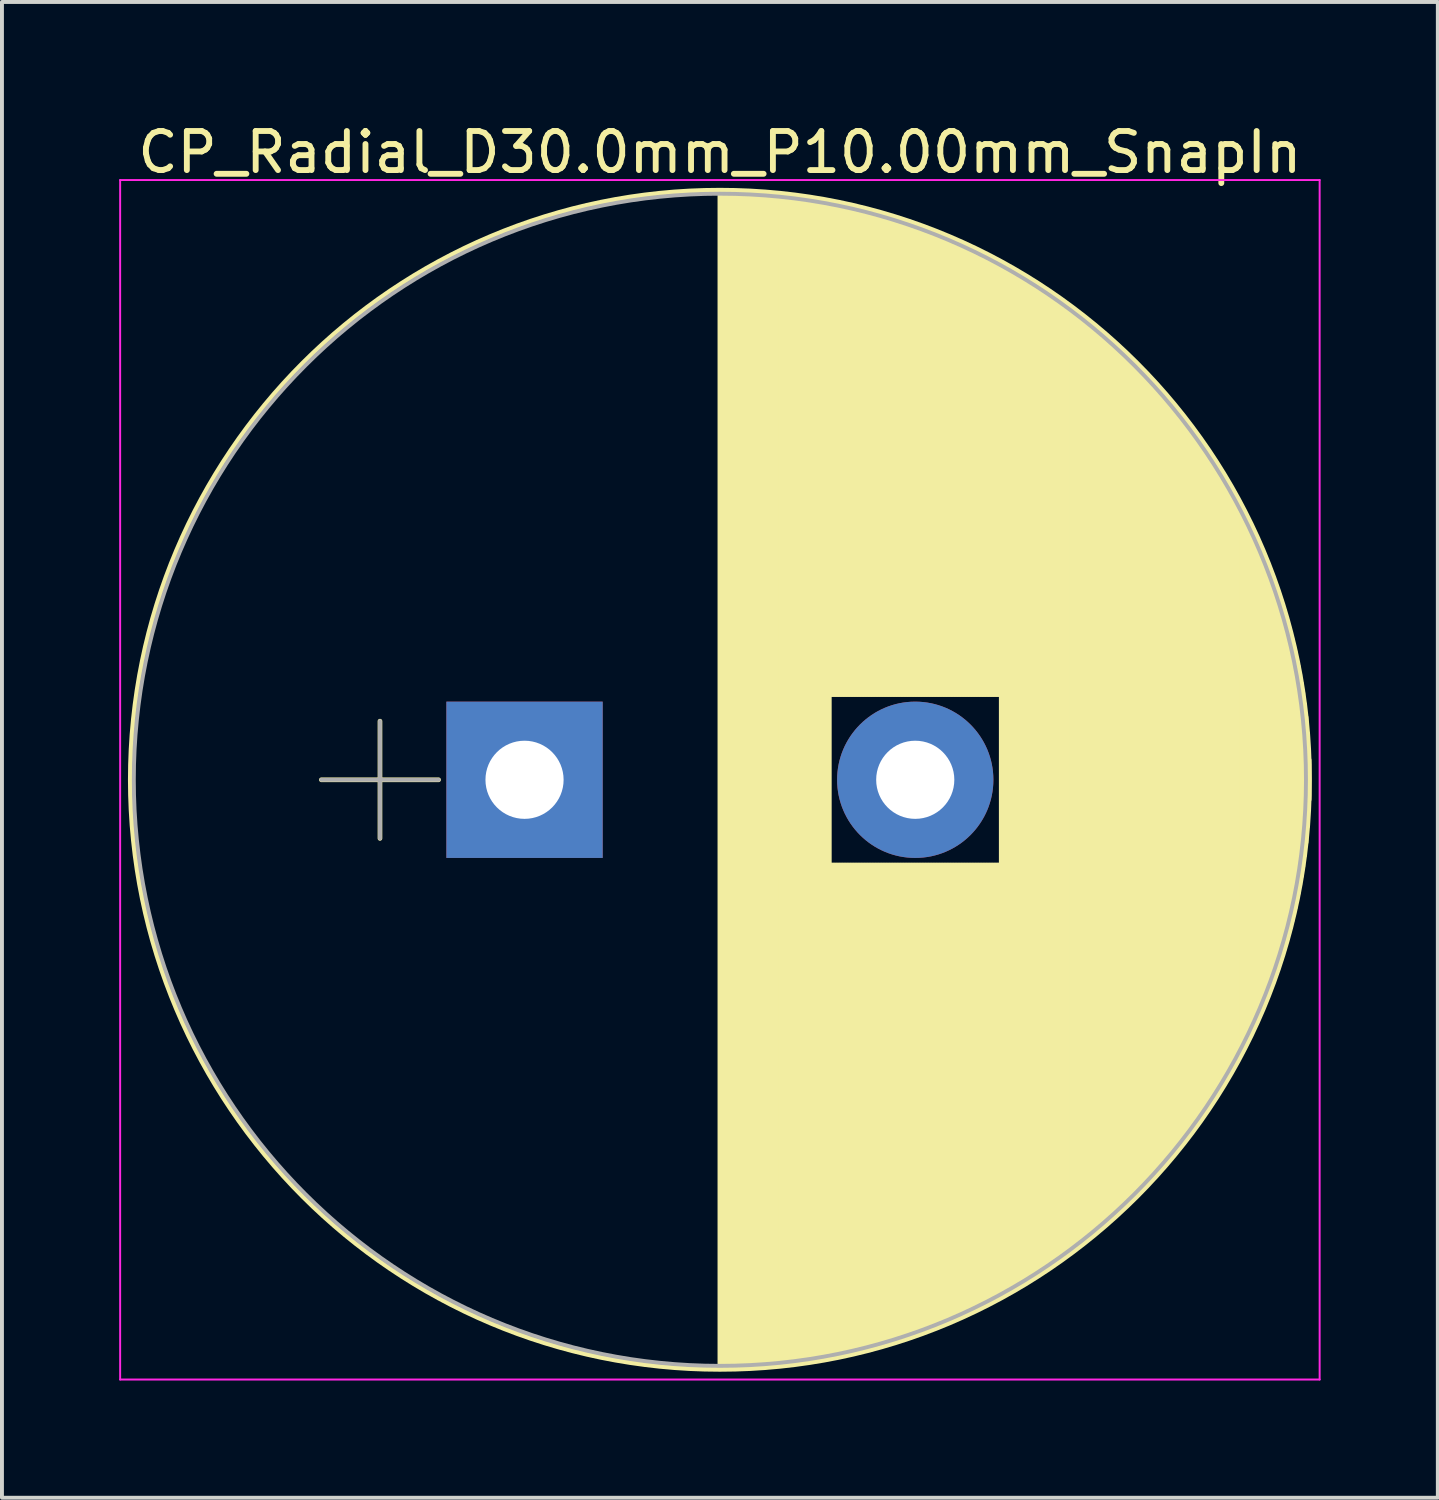
<source format=kicad_pcb>
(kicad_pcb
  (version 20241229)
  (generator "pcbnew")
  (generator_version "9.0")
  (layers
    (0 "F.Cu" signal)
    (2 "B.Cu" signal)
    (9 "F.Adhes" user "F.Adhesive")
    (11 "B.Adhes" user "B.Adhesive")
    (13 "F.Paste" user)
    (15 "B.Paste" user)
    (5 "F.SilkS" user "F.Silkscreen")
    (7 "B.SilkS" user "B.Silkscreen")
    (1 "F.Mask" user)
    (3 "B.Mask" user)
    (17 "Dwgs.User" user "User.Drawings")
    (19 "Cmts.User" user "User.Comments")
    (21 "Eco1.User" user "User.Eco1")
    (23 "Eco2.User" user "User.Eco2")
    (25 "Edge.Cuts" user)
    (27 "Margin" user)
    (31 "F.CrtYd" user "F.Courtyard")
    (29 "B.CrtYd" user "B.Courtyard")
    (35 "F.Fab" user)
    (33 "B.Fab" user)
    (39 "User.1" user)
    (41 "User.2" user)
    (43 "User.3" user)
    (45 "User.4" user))
  (footprint "CP_Radial_D30.0mm_P10.00mm_SnapIn"
    (layer "F.Cu")
    (at 10.375 16.908)
    (property "Reference" "CP_Radial_D30.0mm_P10.00mm_SnapIn" (at 5 -16.06 0) (layer "F.SilkS") (effects (font (size 1 1) (thickness 0.15))))
    (attr through_hole)
    (fp_line (start -5.2 0) (end -2.2 0) (stroke (width 0.12) (type solid)) (layer "F.SilkS"))
    (fp_line (start -3.7 -1.5) (end -3.7 1.5) (stroke (width 0.12) (type solid)) (layer "F.SilkS"))
    (fp_line (start 5 -15.05) (end 5 15.05) (stroke (width 0.12) (type solid)) (layer "F.SilkS"))
    (fp_line (start 5.04 -15.05) (end 5.04 15.05) (stroke (width 0.12) (type solid)) (layer "F.SilkS"))
    (fp_line (start 5.08 -15.05) (end 5.08 15.05) (stroke (width 0.12) (type solid)) (layer "F.SilkS"))
    (fp_line (start 5.12 -15.05) (end 5.12 15.05) (stroke (width 0.12) (type solid)) (layer "F.SilkS"))
    (fp_line (start 5.16 -15.05) (end 5.16 15.05) (stroke (width 0.12) (type solid)) (layer "F.SilkS"))
    (fp_line (start 5.2 -15.049) (end 5.2 15.049) (stroke (width 0.12) (type solid)) (layer "F.SilkS"))
    (fp_line (start 5.24 -15.049) (end 5.24 15.049) (stroke (width 0.12) (type solid)) (layer "F.SilkS"))
    (fp_line (start 5.28 -15.048) (end 5.28 15.048) (stroke (width 0.12) (type solid)) (layer "F.SilkS"))
    (fp_line (start 5.32 -15.047) (end 5.32 15.047) (stroke (width 0.12) (type solid)) (layer "F.SilkS"))
    (fp_line (start 5.36 -15.046) (end 5.36 15.046) (stroke (width 0.12) (type solid)) (layer "F.SilkS"))
    (fp_line (start 5.4 -15.045) (end 5.4 15.045) (stroke (width 0.12) (type solid)) (layer "F.SilkS"))
    (fp_line (start 5.44 -15.044) (end 5.44 15.044) (stroke (width 0.12) (type solid)) (layer "F.SilkS"))
    (fp_line (start 5.48 -15.043) (end 5.48 15.043) (stroke (width 0.12) (type solid)) (layer "F.SilkS"))
    (fp_line (start 5.52 -15.042) (end 5.52 15.042) (stroke (width 0.12) (type solid)) (layer "F.SilkS"))
    (fp_line (start 5.56 -15.04) (end 5.56 15.04) (stroke (width 0.12) (type solid)) (layer "F.SilkS"))
    (fp_line (start 5.6 -15.039) (end 5.6 15.039) (stroke (width 0.12) (type solid)) (layer "F.SilkS"))
    (fp_line (start 5.64 -15.037) (end 5.64 15.037) (stroke (width 0.12) (type solid)) (layer "F.SilkS"))
    (fp_line (start 5.68 -15.035) (end 5.68 15.035) (stroke (width 0.12) (type solid)) (layer "F.SilkS"))
    (fp_line (start 5.721 -15.033) (end 5.721 15.033) (stroke (width 0.12) (type solid)) (layer "F.SilkS"))
    (fp_line (start 5.761 -15.031) (end 5.761 15.031) (stroke (width 0.12) (type solid)) (layer "F.SilkS"))
    (fp_line (start 5.801 -15.029) (end 5.801 15.029) (stroke (width 0.12) (type solid)) (layer "F.SilkS"))
    (fp_line (start 5.841 -15.027) (end 5.841 15.027) (stroke (width 0.12) (type solid)) (layer "F.SilkS"))
    (fp_line (start 5.881 -15.025) (end 5.881 15.025) (stroke (width 0.12) (type solid)) (layer "F.SilkS"))
    (fp_line (start 5.921 -15.022) (end 5.921 15.022) (stroke (width 0.12) (type solid)) (layer "F.SilkS"))
    (fp_line (start 5.961 -15.02) (end 5.961 15.02) (stroke (width 0.12) (type solid)) (layer "F.SilkS"))
    (fp_line (start 6.001 -15.017) (end 6.001 15.017) (stroke (width 0.12) (type solid)) (layer "F.SilkS"))
    (fp_line (start 6.041 -15.015) (end 6.041 15.015) (stroke (width 0.12) (type solid)) (layer "F.SilkS"))
    (fp_line (start 6.081 -15.012) (end 6.081 15.012) (stroke (width 0.12) (type solid)) (layer "F.SilkS"))
    (fp_line (start 6.121 -15.009) (end 6.121 15.009) (stroke (width 0.12) (type solid)) (layer "F.SilkS"))
    (fp_line (start 6.161 -15.006) (end 6.161 15.006) (stroke (width 0.12) (type solid)) (layer "F.SilkS"))
    (fp_line (start 6.201 -15.003) (end 6.201 15.003) (stroke (width 0.12) (type solid)) (layer "F.SilkS"))
    (fp_line (start 6.241 -14.999) (end 6.241 14.999) (stroke (width 0.12) (type solid)) (layer "F.SilkS"))
    (fp_line (start 6.281 -14.996) (end 6.281 14.996) (stroke (width 0.12) (type solid)) (layer "F.SilkS"))
    (fp_line (start 6.321 -14.993) (end 6.321 14.993) (stroke (width 0.12) (type solid)) (layer "F.SilkS"))
    (fp_line (start 6.361 -14.989) (end 6.361 14.989) (stroke (width 0.12) (type solid)) (layer "F.SilkS"))
    (fp_line (start 6.401 -14.985) (end 6.401 14.985) (stroke (width 0.12) (type solid)) (layer "F.SilkS"))
    (fp_line (start 6.441 -14.982) (end 6.441 14.982) (stroke (width 0.12) (type solid)) (layer "F.SilkS"))
    (fp_line (start 6.481 -14.978) (end 6.481 14.978) (stroke (width 0.12) (type solid)) (layer "F.SilkS"))
    (fp_line (start 6.521 -14.974) (end 6.521 14.974) (stroke (width 0.12) (type solid)) (layer "F.SilkS"))
    (fp_line (start 6.561 -14.97) (end 6.561 14.97) (stroke (width 0.12) (type solid)) (layer "F.SilkS"))
    (fp_line (start 6.601 -14.965) (end 6.601 14.965) (stroke (width 0.12) (type solid)) (layer "F.SilkS"))
    (fp_line (start 6.641 -14.961) (end 6.641 14.961) (stroke (width 0.12) (type solid)) (layer "F.SilkS"))
    (fp_line (start 6.681 -14.957) (end 6.681 14.957) (stroke (width 0.12) (type solid)) (layer "F.SilkS"))
    (fp_line (start 6.721 -14.952) (end 6.721 14.952) (stroke (width 0.12) (type solid)) (layer "F.SilkS"))
    (fp_line (start 6.761 -14.948) (end 6.761 14.948) (stroke (width 0.12) (type solid)) (layer "F.SilkS"))
    (fp_line (start 6.801 -14.943) (end 6.801 14.943) (stroke (width 0.12) (type solid)) (layer "F.SilkS"))
    (fp_line (start 6.841 -14.938) (end 6.841 14.938) (stroke (width 0.12) (type solid)) (layer "F.SilkS"))
    (fp_line (start 6.881 -14.933) (end 6.881 14.933) (stroke (width 0.12) (type solid)) (layer "F.SilkS"))
    (fp_line (start 6.921 -14.928) (end 6.921 14.928) (stroke (width 0.12) (type solid)) (layer "F.SilkS"))
    (fp_line (start 6.961 -14.923) (end 6.961 14.923) (stroke (width 0.12) (type solid)) (layer "F.SilkS"))
    (fp_line (start 7.001 -14.917) (end 7.001 14.917) (stroke (width 0.12) (type solid)) (layer "F.SilkS"))
    (fp_line (start 7.041 -14.912) (end 7.041 14.912) (stroke (width 0.12) (type solid)) (layer "F.SilkS"))
    (fp_line (start 7.081 -14.906) (end 7.081 14.906) (stroke (width 0.12) (type solid)) (layer "F.SilkS"))
    (fp_line (start 7.121 -14.901) (end 7.121 14.901) (stroke (width 0.12) (type solid)) (layer "F.SilkS"))
    (fp_line (start 7.161 -14.895) (end 7.161 14.895) (stroke (width 0.12) (type solid)) (layer "F.SilkS"))
    (fp_line (start 7.201 -14.889) (end 7.201 14.889) (stroke (width 0.12) (type solid)) (layer "F.SilkS"))
    (fp_line (start 7.241 -14.883) (end 7.241 14.883) (stroke (width 0.12) (type solid)) (layer "F.SilkS"))
    (fp_line (start 7.281 -14.877) (end 7.281 14.877) (stroke (width 0.12) (type solid)) (layer "F.SilkS"))
    (fp_line (start 7.321 -14.871) (end 7.321 14.871) (stroke (width 0.12) (type solid)) (layer "F.SilkS"))
    (fp_line (start 7.361 -14.865) (end 7.361 14.865) (stroke (width 0.12) (type solid)) (layer "F.SilkS"))
    (fp_line (start 7.401 -14.858) (end 7.401 14.858) (stroke (width 0.12) (type solid)) (layer "F.SilkS"))
    (fp_line (start 7.441 -14.852) (end 7.441 14.852) (stroke (width 0.12) (type solid)) (layer "F.SilkS"))
    (fp_line (start 7.481 -14.845) (end 7.481 14.845) (stroke (width 0.12) (type solid)) (layer "F.SilkS"))
    (fp_line (start 7.521 -14.839) (end 7.521 14.839) (stroke (width 0.12) (type solid)) (layer "F.SilkS"))
    (fp_line (start 7.561 -14.832) (end 7.561 14.832) (stroke (width 0.12) (type solid)) (layer "F.SilkS"))
    (fp_line (start 7.601 -14.825) (end 7.601 14.825) (stroke (width 0.12) (type solid)) (layer "F.SilkS"))
    (fp_line (start 7.641 -14.818) (end 7.641 14.818) (stroke (width 0.12) (type solid)) (layer "F.SilkS"))
    (fp_line (start 7.681 -14.811) (end 7.681 14.811) (stroke (width 0.12) (type solid)) (layer "F.SilkS"))
    (fp_line (start 7.721 -14.803) (end 7.721 14.803) (stroke (width 0.12) (type solid)) (layer "F.SilkS"))
    (fp_line (start 7.761 -14.796) (end 7.761 14.796) (stroke (width 0.12) (type solid)) (layer "F.SilkS"))
    (fp_line (start 7.801 -14.788) (end 7.801 14.788) (stroke (width 0.12) (type solid)) (layer "F.SilkS"))
    (fp_line (start 7.841 -14.781) (end 7.841 -2.18) (stroke (width 0.12) (type solid)) (layer "F.SilkS"))
    (fp_line (start 7.841 2.18) (end 7.841 14.781) (stroke (width 0.12) (type solid)) (layer "F.SilkS"))
    (fp_line (start 7.881 -14.773) (end 7.881 -2.18) (stroke (width 0.12) (type solid)) (layer "F.SilkS"))
    (fp_line (start 7.881 2.18) (end 7.881 14.773) (stroke (width 0.12) (type solid)) (layer "F.SilkS"))
    (fp_line (start 7.921 -14.765) (end 7.921 -2.18) (stroke (width 0.12) (type solid)) (layer "F.SilkS"))
    (fp_line (start 7.921 2.18) (end 7.921 14.765) (stroke (width 0.12) (type solid)) (layer "F.SilkS"))
    (fp_line (start 7.961 -14.757) (end 7.961 -2.18) (stroke (width 0.12) (type solid)) (layer "F.SilkS"))
    (fp_line (start 7.961 2.18) (end 7.961 14.757) (stroke (width 0.12) (type solid)) (layer "F.SilkS"))
    (fp_line (start 8.001 -14.749) (end 8.001 -2.18) (stroke (width 0.12) (type solid)) (layer "F.SilkS"))
    (fp_line (start 8.001 2.18) (end 8.001 14.749) (stroke (width 0.12) (type solid)) (layer "F.SilkS"))
    (fp_line (start 8.041 -14.741) (end 8.041 -2.18) (stroke (width 0.12) (type solid)) (layer "F.SilkS"))
    (fp_line (start 8.041 2.18) (end 8.041 14.741) (stroke (width 0.12) (type solid)) (layer "F.SilkS"))
    (fp_line (start 8.081 -14.733) (end 8.081 -2.18) (stroke (width 0.12) (type solid)) (layer "F.SilkS"))
    (fp_line (start 8.081 2.18) (end 8.081 14.733) (stroke (width 0.12) (type solid)) (layer "F.SilkS"))
    (fp_line (start 8.121 -14.724) (end 8.121 -2.18) (stroke (width 0.12) (type solid)) (layer "F.SilkS"))
    (fp_line (start 8.121 2.18) (end 8.121 14.724) (stroke (width 0.12) (type solid)) (layer "F.SilkS"))
    (fp_line (start 8.161 -14.716) (end 8.161 -2.18) (stroke (width 0.12) (type solid)) (layer "F.SilkS"))
    (fp_line (start 8.161 2.18) (end 8.161 14.716) (stroke (width 0.12) (type solid)) (layer "F.SilkS"))
    (fp_line (start 8.201 -14.707) (end 8.201 -2.18) (stroke (width 0.12) (type solid)) (layer "F.SilkS"))
    (fp_line (start 8.201 2.18) (end 8.201 14.707) (stroke (width 0.12) (type solid)) (layer "F.SilkS"))
    (fp_line (start 8.241 -14.699) (end 8.241 -2.18) (stroke (width 0.12) (type solid)) (layer "F.SilkS"))
    (fp_line (start 8.241 2.18) (end 8.241 14.699) (stroke (width 0.12) (type solid)) (layer "F.SilkS"))
    (fp_line (start 8.281 -14.69) (end 8.281 -2.18) (stroke (width 0.12) (type solid)) (layer "F.SilkS"))
    (fp_line (start 8.281 2.18) (end 8.281 14.69) (stroke (width 0.12) (type solid)) (layer "F.SilkS"))
    (fp_line (start 8.321 -14.681) (end 8.321 -2.18) (stroke (width 0.12) (type solid)) (layer "F.SilkS"))
    (fp_line (start 8.321 2.18) (end 8.321 14.681) (stroke (width 0.12) (type solid)) (layer "F.SilkS"))
    (fp_line (start 8.361 -14.672) (end 8.361 -2.18) (stroke (width 0.12) (type solid)) (layer "F.SilkS"))
    (fp_line (start 8.361 2.18) (end 8.361 14.672) (stroke (width 0.12) (type solid)) (layer "F.SilkS"))
    (fp_line (start 8.401 -14.662) (end 8.401 -2.18) (stroke (width 0.12) (type solid)) (layer "F.SilkS"))
    (fp_line (start 8.401 2.18) (end 8.401 14.662) (stroke (width 0.12) (type solid)) (layer "F.SilkS"))
    (fp_line (start 8.441 -14.653) (end 8.441 -2.18) (stroke (width 0.12) (type solid)) (layer "F.SilkS"))
    (fp_line (start 8.441 2.18) (end 8.441 14.653) (stroke (width 0.12) (type solid)) (layer "F.SilkS"))
    (fp_line (start 8.481 -14.644) (end 8.481 -2.18) (stroke (width 0.12) (type solid)) (layer "F.SilkS"))
    (fp_line (start 8.481 2.18) (end 8.481 14.644) (stroke (width 0.12) (type solid)) (layer "F.SilkS"))
    (fp_line (start 8.521 -14.634) (end 8.521 -2.18) (stroke (width 0.12) (type solid)) (layer "F.SilkS"))
    (fp_line (start 8.521 2.18) (end 8.521 14.634) (stroke (width 0.12) (type solid)) (layer "F.SilkS"))
    (fp_line (start 8.561 -14.625) (end 8.561 -2.18) (stroke (width 0.12) (type solid)) (layer "F.SilkS"))
    (fp_line (start 8.561 2.18) (end 8.561 14.625) (stroke (width 0.12) (type solid)) (layer "F.SilkS"))
    (fp_line (start 8.601 -14.615) (end 8.601 -2.18) (stroke (width 0.12) (type solid)) (layer "F.SilkS"))
    (fp_line (start 8.601 2.18) (end 8.601 14.615) (stroke (width 0.12) (type solid)) (layer "F.SilkS"))
    (fp_line (start 8.641 -14.605) (end 8.641 -2.18) (stroke (width 0.12) (type solid)) (layer "F.SilkS"))
    (fp_line (start 8.641 2.18) (end 8.641 14.605) (stroke (width 0.12) (type solid)) (layer "F.SilkS"))
    (fp_line (start 8.681 -14.595) (end 8.681 -2.18) (stroke (width 0.12) (type solid)) (layer "F.SilkS"))
    (fp_line (start 8.681 2.18) (end 8.681 14.595) (stroke (width 0.12) (type solid)) (layer "F.SilkS"))
    (fp_line (start 8.721 -14.585) (end 8.721 -2.18) (stroke (width 0.12) (type solid)) (layer "F.SilkS"))
    (fp_line (start 8.721 2.18) (end 8.721 14.585) (stroke (width 0.12) (type solid)) (layer "F.SilkS"))
    (fp_line (start 8.761 -14.575) (end 8.761 -2.18) (stroke (width 0.12) (type solid)) (layer "F.SilkS"))
    (fp_line (start 8.761 2.18) (end 8.761 14.575) (stroke (width 0.12) (type solid)) (layer "F.SilkS"))
    (fp_line (start 8.801 -14.564) (end 8.801 -2.18) (stroke (width 0.12) (type solid)) (layer "F.SilkS"))
    (fp_line (start 8.801 2.18) (end 8.801 14.564) (stroke (width 0.12) (type solid)) (layer "F.SilkS"))
    (fp_line (start 8.841 -14.554) (end 8.841 -2.18) (stroke (width 0.12) (type solid)) (layer "F.SilkS"))
    (fp_line (start 8.841 2.18) (end 8.841 14.554) (stroke (width 0.12) (type solid)) (layer "F.SilkS"))
    (fp_line (start 8.881 -14.543) (end 8.881 -2.18) (stroke (width 0.12) (type solid)) (layer "F.SilkS"))
    (fp_line (start 8.881 2.18) (end 8.881 14.543) (stroke (width 0.12) (type solid)) (layer "F.SilkS"))
    (fp_line (start 8.921 -14.532) (end 8.921 -2.18) (stroke (width 0.12) (type solid)) (layer "F.SilkS"))
    (fp_line (start 8.921 2.18) (end 8.921 14.532) (stroke (width 0.12) (type solid)) (layer "F.SilkS"))
    (fp_line (start 8.961 -14.522) (end 8.961 -2.18) (stroke (width 0.12) (type solid)) (layer "F.SilkS"))
    (fp_line (start 8.961 2.18) (end 8.961 14.522) (stroke (width 0.12) (type solid)) (layer "F.SilkS"))
    (fp_line (start 9.001 -14.511) (end 9.001 -2.18) (stroke (width 0.12) (type solid)) (layer "F.SilkS"))
    (fp_line (start 9.001 2.18) (end 9.001 14.511) (stroke (width 0.12) (type solid)) (layer "F.SilkS"))
    (fp_line (start 9.041 -14.5) (end 9.041 -2.18) (stroke (width 0.12) (type solid)) (layer "F.SilkS"))
    (fp_line (start 9.041 2.18) (end 9.041 14.5) (stroke (width 0.12) (type solid)) (layer "F.SilkS"))
    (fp_line (start 9.081 -14.488) (end 9.081 -2.18) (stroke (width 0.12) (type solid)) (layer "F.SilkS"))
    (fp_line (start 9.081 2.18) (end 9.081 14.488) (stroke (width 0.12) (type solid)) (layer "F.SilkS"))
    (fp_line (start 9.121 -14.477) (end 9.121 -2.18) (stroke (width 0.12) (type solid)) (layer "F.SilkS"))
    (fp_line (start 9.121 2.18) (end 9.121 14.477) (stroke (width 0.12) (type solid)) (layer "F.SilkS"))
    (fp_line (start 9.161 -14.466) (end 9.161 -2.18) (stroke (width 0.12) (type solid)) (layer "F.SilkS"))
    (fp_line (start 9.161 2.18) (end 9.161 14.466) (stroke (width 0.12) (type solid)) (layer "F.SilkS"))
    (fp_line (start 9.201 -14.454) (end 9.201 -2.18) (stroke (width 0.12) (type solid)) (layer "F.SilkS"))
    (fp_line (start 9.201 2.18) (end 9.201 14.454) (stroke (width 0.12) (type solid)) (layer "F.SilkS"))
    (fp_line (start 9.241 -14.443) (end 9.241 -2.18) (stroke (width 0.12) (type solid)) (layer "F.SilkS"))
    (fp_line (start 9.241 2.18) (end 9.241 14.443) (stroke (width 0.12) (type solid)) (layer "F.SilkS"))
    (fp_line (start 9.281 -14.431) (end 9.281 -2.18) (stroke (width 0.12) (type solid)) (layer "F.SilkS"))
    (fp_line (start 9.281 2.18) (end 9.281 14.431) (stroke (width 0.12) (type solid)) (layer "F.SilkS"))
    (fp_line (start 9.321 -14.419) (end 9.321 -2.18) (stroke (width 0.12) (type solid)) (layer "F.SilkS"))
    (fp_line (start 9.321 2.18) (end 9.321 14.419) (stroke (width 0.12) (type solid)) (layer "F.SilkS"))
    (fp_line (start 9.361 -14.407) (end 9.361 -2.18) (stroke (width 0.12) (type solid)) (layer "F.SilkS"))
    (fp_line (start 9.361 2.18) (end 9.361 14.407) (stroke (width 0.12) (type solid)) (layer "F.SilkS"))
    (fp_line (start 9.401 -14.395) (end 9.401 -2.18) (stroke (width 0.12) (type solid)) (layer "F.SilkS"))
    (fp_line (start 9.401 2.18) (end 9.401 14.395) (stroke (width 0.12) (type solid)) (layer "F.SilkS"))
    (fp_line (start 9.441 -14.383) (end 9.441 -2.18) (stroke (width 0.12) (type solid)) (layer "F.SilkS"))
    (fp_line (start 9.441 2.18) (end 9.441 14.383) (stroke (width 0.12) (type solid)) (layer "F.SilkS"))
    (fp_line (start 9.481 -14.37) (end 9.481 -2.18) (stroke (width 0.12) (type solid)) (layer "F.SilkS"))
    (fp_line (start 9.481 2.18) (end 9.481 14.37) (stroke (width 0.12) (type solid)) (layer "F.SilkS"))
    (fp_line (start 9.521 -14.358) (end 9.521 -2.18) (stroke (width 0.12) (type solid)) (layer "F.SilkS"))
    (fp_line (start 9.521 2.18) (end 9.521 14.358) (stroke (width 0.12) (type solid)) (layer "F.SilkS"))
    (fp_line (start 9.561 -14.345) (end 9.561 -2.18) (stroke (width 0.12) (type solid)) (layer "F.SilkS"))
    (fp_line (start 9.561 2.18) (end 9.561 14.345) (stroke (width 0.12) (type solid)) (layer "F.SilkS"))
    (fp_line (start 9.601 -14.332) (end 9.601 -2.18) (stroke (width 0.12) (type solid)) (layer "F.SilkS"))
    (fp_line (start 9.601 2.18) (end 9.601 14.332) (stroke (width 0.12) (type solid)) (layer "F.SilkS"))
    (fp_line (start 9.641 -14.319) (end 9.641 -2.18) (stroke (width 0.12) (type solid)) (layer "F.SilkS"))
    (fp_line (start 9.641 2.18) (end 9.641 14.319) (stroke (width 0.12) (type solid)) (layer "F.SilkS"))
    (fp_line (start 9.681 -14.306) (end 9.681 -2.18) (stroke (width 0.12) (type solid)) (layer "F.SilkS"))
    (fp_line (start 9.681 2.18) (end 9.681 14.306) (stroke (width 0.12) (type solid)) (layer "F.SilkS"))
    (fp_line (start 9.721 -14.293) (end 9.721 -2.18) (stroke (width 0.12) (type solid)) (layer "F.SilkS"))
    (fp_line (start 9.721 2.18) (end 9.721 14.293) (stroke (width 0.12) (type solid)) (layer "F.SilkS"))
    (fp_line (start 9.761 -14.28) (end 9.761 -2.18) (stroke (width 0.12) (type solid)) (layer "F.SilkS"))
    (fp_line (start 9.761 2.18) (end 9.761 14.28) (stroke (width 0.12) (type solid)) (layer "F.SilkS"))
    (fp_line (start 9.801 -14.267) (end 9.801 -2.18) (stroke (width 0.12) (type solid)) (layer "F.SilkS"))
    (fp_line (start 9.801 2.18) (end 9.801 14.267) (stroke (width 0.12) (type solid)) (layer "F.SilkS"))
    (fp_line (start 9.841 -14.253) (end 9.841 -2.18) (stroke (width 0.12) (type solid)) (layer "F.SilkS"))
    (fp_line (start 9.841 2.18) (end 9.841 14.253) (stroke (width 0.12) (type solid)) (layer "F.SilkS"))
    (fp_line (start 9.881 -14.24) (end 9.881 -2.18) (stroke (width 0.12) (type solid)) (layer "F.SilkS"))
    (fp_line (start 9.881 2.18) (end 9.881 14.24) (stroke (width 0.12) (type solid)) (layer "F.SilkS"))
    (fp_line (start 9.921 -14.226) (end 9.921 -2.18) (stroke (width 0.12) (type solid)) (layer "F.SilkS"))
    (fp_line (start 9.921 2.18) (end 9.921 14.226) (stroke (width 0.12) (type solid)) (layer "F.SilkS"))
    (fp_line (start 9.961 -14.212) (end 9.961 -2.18) (stroke (width 0.12) (type solid)) (layer "F.SilkS"))
    (fp_line (start 9.961 2.18) (end 9.961 14.212) (stroke (width 0.12) (type solid)) (layer "F.SilkS"))
    (fp_line (start 10.001 -14.198) (end 10.001 -2.18) (stroke (width 0.12) (type solid)) (layer "F.SilkS"))
    (fp_line (start 10.001 2.18) (end 10.001 14.198) (stroke (width 0.12) (type solid)) (layer "F.SilkS"))
    (fp_line (start 10.041 -14.184) (end 10.041 -2.18) (stroke (width 0.12) (type solid)) (layer "F.SilkS"))
    (fp_line (start 10.041 2.18) (end 10.041 14.184) (stroke (width 0.12) (type solid)) (layer "F.SilkS"))
    (fp_line (start 10.081 -14.17) (end 10.081 -2.18) (stroke (width 0.12) (type solid)) (layer "F.SilkS"))
    (fp_line (start 10.081 2.18) (end 10.081 14.17) (stroke (width 0.12) (type solid)) (layer "F.SilkS"))
    (fp_line (start 10.121 -14.155) (end 10.121 -2.18) (stroke (width 0.12) (type solid)) (layer "F.SilkS"))
    (fp_line (start 10.121 2.18) (end 10.121 14.155) (stroke (width 0.12) (type solid)) (layer "F.SilkS"))
    (fp_line (start 10.161 -14.141) (end 10.161 -2.18) (stroke (width 0.12) (type solid)) (layer "F.SilkS"))
    (fp_line (start 10.161 2.18) (end 10.161 14.141) (stroke (width 0.12) (type solid)) (layer "F.SilkS"))
    (fp_line (start 10.201 -14.126) (end 10.201 -2.18) (stroke (width 0.12) (type solid)) (layer "F.SilkS"))
    (fp_line (start 10.201 2.18) (end 10.201 14.126) (stroke (width 0.12) (type solid)) (layer "F.SilkS"))
    (fp_line (start 10.241 -14.111) (end 10.241 -2.18) (stroke (width 0.12) (type solid)) (layer "F.SilkS"))
    (fp_line (start 10.241 2.18) (end 10.241 14.111) (stroke (width 0.12) (type solid)) (layer "F.SilkS"))
    (fp_line (start 10.281 -14.097) (end 10.281 -2.18) (stroke (width 0.12) (type solid)) (layer "F.SilkS"))
    (fp_line (start 10.281 2.18) (end 10.281 14.097) (stroke (width 0.12) (type solid)) (layer "F.SilkS"))
    (fp_line (start 10.321 -14.082) (end 10.321 -2.18) (stroke (width 0.12) (type solid)) (layer "F.SilkS"))
    (fp_line (start 10.321 2.18) (end 10.321 14.082) (stroke (width 0.12) (type solid)) (layer "F.SilkS"))
    (fp_line (start 10.361 -14.066) (end 10.361 -2.18) (stroke (width 0.12) (type solid)) (layer "F.SilkS"))
    (fp_line (start 10.361 2.18) (end 10.361 14.066) (stroke (width 0.12) (type solid)) (layer "F.SilkS"))
    (fp_line (start 10.401 -14.051) (end 10.401 -2.18) (stroke (width 0.12) (type solid)) (layer "F.SilkS"))
    (fp_line (start 10.401 2.18) (end 10.401 14.051) (stroke (width 0.12) (type solid)) (layer "F.SilkS"))
    (fp_line (start 10.441 -14.036) (end 10.441 -2.18) (stroke (width 0.12) (type solid)) (layer "F.SilkS"))
    (fp_line (start 10.441 2.18) (end 10.441 14.036) (stroke (width 0.12) (type solid)) (layer "F.SilkS"))
    (fp_line (start 10.481 -14.02) (end 10.481 -2.18) (stroke (width 0.12) (type solid)) (layer "F.SilkS"))
    (fp_line (start 10.481 2.18) (end 10.481 14.02) (stroke (width 0.12) (type solid)) (layer "F.SilkS"))
    (fp_line (start 10.521 -14.005) (end 10.521 -2.18) (stroke (width 0.12) (type solid)) (layer "F.SilkS"))
    (fp_line (start 10.521 2.18) (end 10.521 14.005) (stroke (width 0.12) (type solid)) (layer "F.SilkS"))
    (fp_line (start 10.561 -13.989) (end 10.561 -2.18) (stroke (width 0.12) (type solid)) (layer "F.SilkS"))
    (fp_line (start 10.561 2.18) (end 10.561 13.989) (stroke (width 0.12) (type solid)) (layer "F.SilkS"))
    (fp_line (start 10.601 -13.973) (end 10.601 -2.18) (stroke (width 0.12) (type solid)) (layer "F.SilkS"))
    (fp_line (start 10.601 2.18) (end 10.601 13.973) (stroke (width 0.12) (type solid)) (layer "F.SilkS"))
    (fp_line (start 10.641 -13.957) (end 10.641 -2.18) (stroke (width 0.12) (type solid)) (layer "F.SilkS"))
    (fp_line (start 10.641 2.18) (end 10.641 13.957) (stroke (width 0.12) (type solid)) (layer "F.SilkS"))
    (fp_line (start 10.681 -13.941) (end 10.681 -2.18) (stroke (width 0.12) (type solid)) (layer "F.SilkS"))
    (fp_line (start 10.681 2.18) (end 10.681 13.941) (stroke (width 0.12) (type solid)) (layer "F.SilkS"))
    (fp_line (start 10.721 -13.924) (end 10.721 -2.18) (stroke (width 0.12) (type solid)) (layer "F.SilkS"))
    (fp_line (start 10.721 2.18) (end 10.721 13.924) (stroke (width 0.12) (type solid)) (layer "F.SilkS"))
    (fp_line (start 10.761 -13.908) (end 10.761 -2.18) (stroke (width 0.12) (type solid)) (layer "F.SilkS"))
    (fp_line (start 10.761 2.18) (end 10.761 13.908) (stroke (width 0.12) (type solid)) (layer "F.SilkS"))
    (fp_line (start 10.801 -13.891) (end 10.801 -2.18) (stroke (width 0.12) (type solid)) (layer "F.SilkS"))
    (fp_line (start 10.801 2.18) (end 10.801 13.891) (stroke (width 0.12) (type solid)) (layer "F.SilkS"))
    (fp_line (start 10.841 -13.875) (end 10.841 -2.18) (stroke (width 0.12) (type solid)) (layer "F.SilkS"))
    (fp_line (start 10.841 2.18) (end 10.841 13.875) (stroke (width 0.12) (type solid)) (layer "F.SilkS"))
    (fp_line (start 10.881 -13.858) (end 10.881 -2.18) (stroke (width 0.12) (type solid)) (layer "F.SilkS"))
    (fp_line (start 10.881 2.18) (end 10.881 13.858) (stroke (width 0.12) (type solid)) (layer "F.SilkS"))
    (fp_line (start 10.921 -13.841) (end 10.921 -2.18) (stroke (width 0.12) (type solid)) (layer "F.SilkS"))
    (fp_line (start 10.921 2.18) (end 10.921 13.841) (stroke (width 0.12) (type solid)) (layer "F.SilkS"))
    (fp_line (start 10.961 -13.824) (end 10.961 -2.18) (stroke (width 0.12) (type solid)) (layer "F.SilkS"))
    (fp_line (start 10.961 2.18) (end 10.961 13.824) (stroke (width 0.12) (type solid)) (layer "F.SilkS"))
    (fp_line (start 11.001 -13.806) (end 11.001 -2.18) (stroke (width 0.12) (type solid)) (layer "F.SilkS"))
    (fp_line (start 11.001 2.18) (end 11.001 13.806) (stroke (width 0.12) (type solid)) (layer "F.SilkS"))
    (fp_line (start 11.041 -13.789) (end 11.041 -2.18) (stroke (width 0.12) (type solid)) (layer "F.SilkS"))
    (fp_line (start 11.041 2.18) (end 11.041 13.789) (stroke (width 0.12) (type solid)) (layer "F.SilkS"))
    (fp_line (start 11.081 -13.771) (end 11.081 -2.18) (stroke (width 0.12) (type solid)) (layer "F.SilkS"))
    (fp_line (start 11.081 2.18) (end 11.081 13.771) (stroke (width 0.12) (type solid)) (layer "F.SilkS"))
    (fp_line (start 11.121 -13.754) (end 11.121 -2.18) (stroke (width 0.12) (type solid)) (layer "F.SilkS"))
    (fp_line (start 11.121 2.18) (end 11.121 13.754) (stroke (width 0.12) (type solid)) (layer "F.SilkS"))
    (fp_line (start 11.161 -13.736) (end 11.161 -2.18) (stroke (width 0.12) (type solid)) (layer "F.SilkS"))
    (fp_line (start 11.161 2.18) (end 11.161 13.736) (stroke (width 0.12) (type solid)) (layer "F.SilkS"))
    (fp_line (start 11.201 -13.718) (end 11.201 -2.18) (stroke (width 0.12) (type solid)) (layer "F.SilkS"))
    (fp_line (start 11.201 2.18) (end 11.201 13.718) (stroke (width 0.12) (type solid)) (layer "F.SilkS"))
    (fp_line (start 11.241 -13.7) (end 11.241 -2.18) (stroke (width 0.12) (type solid)) (layer "F.SilkS"))
    (fp_line (start 11.241 2.18) (end 11.241 13.7) (stroke (width 0.12) (type solid)) (layer "F.SilkS"))
    (fp_line (start 11.281 -13.682) (end 11.281 -2.18) (stroke (width 0.12) (type solid)) (layer "F.SilkS"))
    (fp_line (start 11.281 2.18) (end 11.281 13.682) (stroke (width 0.12) (type solid)) (layer "F.SilkS"))
    (fp_line (start 11.321 -13.663) (end 11.321 -2.18) (stroke (width 0.12) (type solid)) (layer "F.SilkS"))
    (fp_line (start 11.321 2.18) (end 11.321 13.663) (stroke (width 0.12) (type solid)) (layer "F.SilkS"))
    (fp_line (start 11.361 -13.645) (end 11.361 -2.18) (stroke (width 0.12) (type solid)) (layer "F.SilkS"))
    (fp_line (start 11.361 2.18) (end 11.361 13.645) (stroke (width 0.12) (type solid)) (layer "F.SilkS"))
    (fp_line (start 11.401 -13.626) (end 11.401 -2.18) (stroke (width 0.12) (type solid)) (layer "F.SilkS"))
    (fp_line (start 11.401 2.18) (end 11.401 13.626) (stroke (width 0.12) (type solid)) (layer "F.SilkS"))
    (fp_line (start 11.441 -13.607) (end 11.441 -2.18) (stroke (width 0.12) (type solid)) (layer "F.SilkS"))
    (fp_line (start 11.441 2.18) (end 11.441 13.607) (stroke (width 0.12) (type solid)) (layer "F.SilkS"))
    (fp_line (start 11.481 -13.588) (end 11.481 -2.18) (stroke (width 0.12) (type solid)) (layer "F.SilkS"))
    (fp_line (start 11.481 2.18) (end 11.481 13.588) (stroke (width 0.12) (type solid)) (layer "F.SilkS"))
    (fp_line (start 11.521 -13.569) (end 11.521 -2.18) (stroke (width 0.12) (type solid)) (layer "F.SilkS"))
    (fp_line (start 11.521 2.18) (end 11.521 13.569) (stroke (width 0.12) (type solid)) (layer "F.SilkS"))
    (fp_line (start 11.561 -13.55) (end 11.561 -2.18) (stroke (width 0.12) (type solid)) (layer "F.SilkS"))
    (fp_line (start 11.561 2.18) (end 11.561 13.55) (stroke (width 0.12) (type solid)) (layer "F.SilkS"))
    (fp_line (start 11.601 -13.531) (end 11.601 -2.18) (stroke (width 0.12) (type solid)) (layer "F.SilkS"))
    (fp_line (start 11.601 2.18) (end 11.601 13.531) (stroke (width 0.12) (type solid)) (layer "F.SilkS"))
    (fp_line (start 11.641 -13.511) (end 11.641 -2.18) (stroke (width 0.12) (type solid)) (layer "F.SilkS"))
    (fp_line (start 11.641 2.18) (end 11.641 13.511) (stroke (width 0.12) (type solid)) (layer "F.SilkS"))
    (fp_line (start 11.681 -13.491) (end 11.681 -2.18) (stroke (width 0.12) (type solid)) (layer "F.SilkS"))
    (fp_line (start 11.681 2.18) (end 11.681 13.491) (stroke (width 0.12) (type solid)) (layer "F.SilkS"))
    (fp_line (start 11.721 -13.472) (end 11.721 -2.18) (stroke (width 0.12) (type solid)) (layer "F.SilkS"))
    (fp_line (start 11.721 2.18) (end 11.721 13.472) (stroke (width 0.12) (type solid)) (layer "F.SilkS"))
    (fp_line (start 11.761 -13.452) (end 11.761 -2.18) (stroke (width 0.12) (type solid)) (layer "F.SilkS"))
    (fp_line (start 11.761 2.18) (end 11.761 13.452) (stroke (width 0.12) (type solid)) (layer "F.SilkS"))
    (fp_line (start 11.801 -13.432) (end 11.801 -2.18) (stroke (width 0.12) (type solid)) (layer "F.SilkS"))
    (fp_line (start 11.801 2.18) (end 11.801 13.432) (stroke (width 0.12) (type solid)) (layer "F.SilkS"))
    (fp_line (start 11.841 -13.411) (end 11.841 -2.18) (stroke (width 0.12) (type solid)) (layer "F.SilkS"))
    (fp_line (start 11.841 2.18) (end 11.841 13.411) (stroke (width 0.12) (type solid)) (layer "F.SilkS"))
    (fp_line (start 11.881 -13.391) (end 11.881 -2.18) (stroke (width 0.12) (type solid)) (layer "F.SilkS"))
    (fp_line (start 11.881 2.18) (end 11.881 13.391) (stroke (width 0.12) (type solid)) (layer "F.SilkS"))
    (fp_line (start 11.921 -13.37) (end 11.921 -2.18) (stroke (width 0.12) (type solid)) (layer "F.SilkS"))
    (fp_line (start 11.921 2.18) (end 11.921 13.37) (stroke (width 0.12) (type solid)) (layer "F.SilkS"))
    (fp_line (start 11.961 -13.35) (end 11.961 -2.18) (stroke (width 0.12) (type solid)) (layer "F.SilkS"))
    (fp_line (start 11.961 2.18) (end 11.961 13.35) (stroke (width 0.12) (type solid)) (layer "F.SilkS"))
    (fp_line (start 12.001 -13.329) (end 12.001 -2.18) (stroke (width 0.12) (type solid)) (layer "F.SilkS"))
    (fp_line (start 12.001 2.18) (end 12.001 13.329) (stroke (width 0.12) (type solid)) (layer "F.SilkS"))
    (fp_line (start 12.041 -13.308) (end 12.041 -2.18) (stroke (width 0.12) (type solid)) (layer "F.SilkS"))
    (fp_line (start 12.041 2.18) (end 12.041 13.308) (stroke (width 0.12) (type solid)) (layer "F.SilkS"))
    (fp_line (start 12.081 -13.286) (end 12.081 -2.18) (stroke (width 0.12) (type solid)) (layer "F.SilkS"))
    (fp_line (start 12.081 2.18) (end 12.081 13.286) (stroke (width 0.12) (type solid)) (layer "F.SilkS"))
    (fp_line (start 12.121 -13.265) (end 12.121 -2.18) (stroke (width 0.12) (type solid)) (layer "F.SilkS"))
    (fp_line (start 12.121 2.18) (end 12.121 13.265) (stroke (width 0.12) (type solid)) (layer "F.SilkS"))
    (fp_line (start 12.161 -13.244) (end 12.161 -2.18) (stroke (width 0.12) (type solid)) (layer "F.SilkS"))
    (fp_line (start 12.161 2.18) (end 12.161 13.244) (stroke (width 0.12) (type solid)) (layer "F.SilkS"))
    (fp_line (start 12.201 -13.222) (end 12.201 13.222) (stroke (width 0.12) (type solid)) (layer "F.SilkS"))
    (fp_line (start 12.241 -13.2) (end 12.241 13.2) (stroke (width 0.12) (type solid)) (layer "F.SilkS"))
    (fp_line (start 12.281 -13.178) (end 12.281 13.178) (stroke (width 0.12) (type solid)) (layer "F.SilkS"))
    (fp_line (start 12.321 -13.156) (end 12.321 13.156) (stroke (width 0.12) (type solid)) (layer "F.SilkS"))
    (fp_line (start 12.361 -13.134) (end 12.361 13.134) (stroke (width 0.12) (type solid)) (layer "F.SilkS"))
    (fp_line (start 12.401 -13.111) (end 12.401 13.111) (stroke (width 0.12) (type solid)) (layer "F.SilkS"))
    (fp_line (start 12.441 -13.089) (end 12.441 13.089) (stroke (width 0.12) (type solid)) (layer "F.SilkS"))
    (fp_line (start 12.481 -13.066) (end 12.481 13.066) (stroke (width 0.12) (type solid)) (layer "F.SilkS"))
    (fp_line (start 12.521 -13.043) (end 12.521 13.043) (stroke (width 0.12) (type solid)) (layer "F.SilkS"))
    (fp_line (start 12.561 -13.02) (end 12.561 13.02) (stroke (width 0.12) (type solid)) (layer "F.SilkS"))
    (fp_line (start 12.601 -12.997) (end 12.601 12.997) (stroke (width 0.12) (type solid)) (layer "F.SilkS"))
    (fp_line (start 12.641 -12.974) (end 12.641 12.974) (stroke (width 0.12) (type solid)) (layer "F.SilkS"))
    (fp_line (start 12.681 -12.95) (end 12.681 12.95) (stroke (width 0.12) (type solid)) (layer "F.SilkS"))
    (fp_line (start 12.721 -12.926) (end 12.721 12.926) (stroke (width 0.12) (type solid)) (layer "F.SilkS"))
    (fp_line (start 12.761 -12.902) (end 12.761 12.902) (stroke (width 0.12) (type solid)) (layer "F.SilkS"))
    (fp_line (start 12.801 -12.878) (end 12.801 12.878) (stroke (width 0.12) (type solid)) (layer "F.SilkS"))
    (fp_line (start 12.841 -12.854) (end 12.841 12.854) (stroke (width 0.12) (type solid)) (layer "F.SilkS"))
    (fp_line (start 12.881 -12.83) (end 12.881 12.83) (stroke (width 0.12) (type solid)) (layer "F.SilkS"))
    (fp_line (start 12.921 -12.805) (end 12.921 12.805) (stroke (width 0.12) (type solid)) (layer "F.SilkS"))
    (fp_line (start 12.961 -12.78) (end 12.961 12.78) (stroke (width 0.12) (type solid)) (layer "F.SilkS"))
    (fp_line (start 13.001 -12.755) (end 13.001 12.755) (stroke (width 0.12) (type solid)) (layer "F.SilkS"))
    (fp_line (start 13.041 -12.73) (end 13.041 12.73) (stroke (width 0.12) (type solid)) (layer "F.SilkS"))
    (fp_line (start 13.081 -12.705) (end 13.081 12.705) (stroke (width 0.12) (type solid)) (layer "F.SilkS"))
    (fp_line (start 13.121 -12.68) (end 13.121 12.68) (stroke (width 0.12) (type solid)) (layer "F.SilkS"))
    (fp_line (start 13.161 -12.654) (end 13.161 12.654) (stroke (width 0.12) (type solid)) (layer "F.SilkS"))
    (fp_line (start 13.2 -12.628) (end 13.2 12.628) (stroke (width 0.12) (type solid)) (layer "F.SilkS"))
    (fp_line (start 13.24 -12.602) (end 13.24 12.602) (stroke (width 0.12) (type solid)) (layer "F.SilkS"))
    (fp_line (start 13.28 -12.576) (end 13.28 12.576) (stroke (width 0.12) (type solid)) (layer "F.SilkS"))
    (fp_line (start 13.32 -12.55) (end 13.32 12.55) (stroke (width 0.12) (type solid)) (layer "F.SilkS"))
    (fp_line (start 13.36 -12.523) (end 13.36 12.523) (stroke (width 0.12) (type solid)) (layer "F.SilkS"))
    (fp_line (start 13.4 -12.496) (end 13.4 12.496) (stroke (width 0.12) (type solid)) (layer "F.SilkS"))
    (fp_line (start 13.44 -12.469) (end 13.44 12.469) (stroke (width 0.12) (type solid)) (layer "F.SilkS"))
    (fp_line (start 13.48 -12.442) (end 13.48 12.442) (stroke (width 0.12) (type solid)) (layer "F.SilkS"))
    (fp_line (start 13.52 -12.415) (end 13.52 12.415) (stroke (width 0.12) (type solid)) (layer "F.SilkS"))
    (fp_line (start 13.56 -12.388) (end 13.56 12.388) (stroke (width 0.12) (type solid)) (layer "F.SilkS"))
    (fp_line (start 13.6 -12.36) (end 13.6 12.36) (stroke (width 0.12) (type solid)) (layer "F.SilkS"))
    (fp_line (start 13.64 -12.332) (end 13.64 12.332) (stroke (width 0.12) (type solid)) (layer "F.SilkS"))
    (fp_line (start 13.68 -12.304) (end 13.68 12.304) (stroke (width 0.12) (type solid)) (layer "F.SilkS"))
    (fp_line (start 13.72 -12.276) (end 13.72 12.276) (stroke (width 0.12) (type solid)) (layer "F.SilkS"))
    (fp_line (start 13.76 -12.248) (end 13.76 12.248) (stroke (width 0.12) (type solid)) (layer "F.SilkS"))
    (fp_line (start 13.8 -12.219) (end 13.8 12.219) (stroke (width 0.12) (type solid)) (layer "F.SilkS"))
    (fp_line (start 13.84 -12.19) (end 13.84 12.19) (stroke (width 0.12) (type solid)) (layer "F.SilkS"))
    (fp_line (start 13.88 -12.161) (end 13.88 12.161) (stroke (width 0.12) (type solid)) (layer "F.SilkS"))
    (fp_line (start 13.92 -12.132) (end 13.92 12.132) (stroke (width 0.12) (type solid)) (layer "F.SilkS"))
    (fp_line (start 13.96 -12.102) (end 13.96 12.102) (stroke (width 0.12) (type solid)) (layer "F.SilkS"))
    (fp_line (start 14 -12.073) (end 14 12.073) (stroke (width 0.12) (type solid)) (layer "F.SilkS"))
    (fp_line (start 14.04 -12.043) (end 14.04 12.043) (stroke (width 0.12) (type solid)) (layer "F.SilkS"))
    (fp_line (start 14.08 -12.013) (end 14.08 12.013) (stroke (width 0.12) (type solid)) (layer "F.SilkS"))
    (fp_line (start 14.12 -11.983) (end 14.12 11.983) (stroke (width 0.12) (type solid)) (layer "F.SilkS"))
    (fp_line (start 14.16 -11.952) (end 14.16 11.952) (stroke (width 0.12) (type solid)) (layer "F.SilkS"))
    (fp_line (start 14.2 -11.922) (end 14.2 11.922) (stroke (width 0.12) (type solid)) (layer "F.SilkS"))
    (fp_line (start 14.24 -11.891) (end 14.24 11.891) (stroke (width 0.12) (type solid)) (layer "F.SilkS"))
    (fp_line (start 14.28 -11.86) (end 14.28 11.86) (stroke (width 0.12) (type solid)) (layer "F.SilkS"))
    (fp_line (start 14.32 -11.828) (end 14.32 11.828) (stroke (width 0.12) (type solid)) (layer "F.SilkS"))
    (fp_line (start 14.36 -11.797) (end 14.36 11.797) (stroke (width 0.12) (type solid)) (layer "F.SilkS"))
    (fp_line (start 14.4 -11.765) (end 14.4 11.765) (stroke (width 0.12) (type solid)) (layer "F.SilkS"))
    (fp_line (start 14.44 -11.733) (end 14.44 11.733) (stroke (width 0.12) (type solid)) (layer "F.SilkS"))
    (fp_line (start 14.48 -11.701) (end 14.48 11.701) (stroke (width 0.12) (type solid)) (layer "F.SilkS"))
    (fp_line (start 14.52 -11.669) (end 14.52 11.669) (stroke (width 0.12) (type solid)) (layer "F.SilkS"))
    (fp_line (start 14.56 -11.636) (end 14.56 11.636) (stroke (width 0.12) (type solid)) (layer "F.SilkS"))
    (fp_line (start 14.6 -11.603) (end 14.6 11.603) (stroke (width 0.12) (type solid)) (layer "F.SilkS"))
    (fp_line (start 14.64 -11.57) (end 14.64 11.57) (stroke (width 0.12) (type solid)) (layer "F.SilkS"))
    (fp_line (start 14.68 -11.537) (end 14.68 11.537) (stroke (width 0.12) (type solid)) (layer "F.SilkS"))
    (fp_line (start 14.72 -11.503) (end 14.72 11.503) (stroke (width 0.12) (type solid)) (layer "F.SilkS"))
    (fp_line (start 14.76 -11.469) (end 14.76 11.469) (stroke (width 0.12) (type solid)) (layer "F.SilkS"))
    (fp_line (start 14.8 -11.435) (end 14.8 11.435) (stroke (width 0.12) (type solid)) (layer "F.SilkS"))
    (fp_line (start 14.84 -11.401) (end 14.84 11.401) (stroke (width 0.12) (type solid)) (layer "F.SilkS"))
    (fp_line (start 14.88 -11.366) (end 14.88 11.366) (stroke (width 0.12) (type solid)) (layer "F.SilkS"))
    (fp_line (start 14.92 -11.332) (end 14.92 11.332) (stroke (width 0.12) (type solid)) (layer "F.SilkS"))
    (fp_line (start 14.96 -11.297) (end 14.96 11.297) (stroke (width 0.12) (type solid)) (layer "F.SilkS"))
    (fp_line (start 15 -11.261) (end 15 11.261) (stroke (width 0.12) (type solid)) (layer "F.SilkS"))
    (fp_line (start 15.04 -11.226) (end 15.04 11.226) (stroke (width 0.12) (type solid)) (layer "F.SilkS"))
    (fp_line (start 15.08 -11.19) (end 15.08 11.19) (stroke (width 0.12) (type solid)) (layer "F.SilkS"))
    (fp_line (start 15.12 -11.154) (end 15.12 11.154) (stroke (width 0.12) (type solid)) (layer "F.SilkS"))
    (fp_line (start 15.16 -11.118) (end 15.16 11.118) (stroke (width 0.12) (type solid)) (layer "F.SilkS"))
    (fp_line (start 15.2 -11.081) (end 15.2 11.081) (stroke (width 0.12) (type solid)) (layer "F.SilkS"))
    (fp_line (start 15.24 -11.044) (end 15.24 11.044) (stroke (width 0.12) (type solid)) (layer "F.SilkS"))
    (fp_line (start 15.28 -11.007) (end 15.28 11.007) (stroke (width 0.12) (type solid)) (layer "F.SilkS"))
    (fp_line (start 15.32 -10.97) (end 15.32 10.97) (stroke (width 0.12) (type solid)) (layer "F.SilkS"))
    (fp_line (start 15.36 -10.932) (end 15.36 10.932) (stroke (width 0.12) (type solid)) (layer "F.SilkS"))
    (fp_line (start 15.4 -10.894) (end 15.4 10.894) (stroke (width 0.12) (type solid)) (layer "F.SilkS"))
    (fp_line (start 15.44 -10.856) (end 15.44 10.856) (stroke (width 0.12) (type solid)) (layer "F.SilkS"))
    (fp_line (start 15.48 -10.818) (end 15.48 10.818) (stroke (width 0.12) (type solid)) (layer "F.SilkS"))
    (fp_line (start 15.52 -10.779) (end 15.52 10.779) (stroke (width 0.12) (type solid)) (layer "F.SilkS"))
    (fp_line (start 15.56 -10.74) (end 15.56 10.74) (stroke (width 0.12) (type solid)) (layer "F.SilkS"))
    (fp_line (start 15.6 -10.701) (end 15.6 10.701) (stroke (width 0.12) (type solid)) (layer "F.SilkS"))
    (fp_line (start 15.64 -10.661) (end 15.64 10.661) (stroke (width 0.12) (type solid)) (layer "F.SilkS"))
    (fp_line (start 15.68 -10.621) (end 15.68 10.621) (stroke (width 0.12) (type solid)) (layer "F.SilkS"))
    (fp_line (start 15.72 -10.581) (end 15.72 10.581) (stroke (width 0.12) (type solid)) (layer "F.SilkS"))
    (fp_line (start 15.76 -10.54) (end 15.76 10.54) (stroke (width 0.12) (type solid)) (layer "F.SilkS"))
    (fp_line (start 15.8 -10.499) (end 15.8 10.499) (stroke (width 0.12) (type solid)) (layer "F.SilkS"))
    (fp_line (start 15.84 -10.458) (end 15.84 10.458) (stroke (width 0.12) (type solid)) (layer "F.SilkS"))
    (fp_line (start 15.88 -10.417) (end 15.88 10.417) (stroke (width 0.12) (type solid)) (layer "F.SilkS"))
    (fp_line (start 15.92 -10.375) (end 15.92 10.375) (stroke (width 0.12) (type solid)) (layer "F.SilkS"))
    (fp_line (start 15.96 -10.333) (end 15.96 10.333) (stroke (width 0.12) (type solid)) (layer "F.SilkS"))
    (fp_line (start 16 -10.29) (end 16 10.29) (stroke (width 0.12) (type solid)) (layer "F.SilkS"))
    (fp_line (start 16.04 -10.248) (end 16.04 10.248) (stroke (width 0.12) (type solid)) (layer "F.SilkS"))
    (fp_line (start 16.08 -10.205) (end 16.08 10.205) (stroke (width 0.12) (type solid)) (layer "F.SilkS"))
    (fp_line (start 16.12 -10.161) (end 16.12 10.161) (stroke (width 0.12) (type solid)) (layer "F.SilkS"))
    (fp_line (start 16.16 -10.117) (end 16.16 10.117) (stroke (width 0.12) (type solid)) (layer "F.SilkS"))
    (fp_line (start 16.2 -10.073) (end 16.2 10.073) (stroke (width 0.12) (type solid)) (layer "F.SilkS"))
    (fp_line (start 16.24 -10.029) (end 16.24 10.029) (stroke (width 0.12) (type solid)) (layer "F.SilkS"))
    (fp_line (start 16.28 -9.984) (end 16.28 9.984) (stroke (width 0.12) (type solid)) (layer "F.SilkS"))
    (fp_line (start 16.32 -9.939) (end 16.32 9.939) (stroke (width 0.12) (type solid)) (layer "F.SilkS"))
    (fp_line (start 16.36 -9.893) (end 16.36 9.893) (stroke (width 0.12) (type solid)) (layer "F.SilkS"))
    (fp_line (start 16.4 -9.847) (end 16.4 9.847) (stroke (width 0.12) (type solid)) (layer "F.SilkS"))
    (fp_line (start 16.44 -9.801) (end 16.44 9.801) (stroke (width 0.12) (type solid)) (layer "F.SilkS"))
    (fp_line (start 16.48 -9.754) (end 16.48 9.754) (stroke (width 0.12) (type solid)) (layer "F.SilkS"))
    (fp_line (start 16.52 -9.707) (end 16.52 9.707) (stroke (width 0.12) (type solid)) (layer "F.SilkS"))
    (fp_line (start 16.56 -9.66) (end 16.56 9.66) (stroke (width 0.12) (type solid)) (layer "F.SilkS"))
    (fp_line (start 16.6 -9.612) (end 16.6 9.612) (stroke (width 0.12) (type solid)) (layer "F.SilkS"))
    (fp_line (start 16.64 -9.564) (end 16.64 9.564) (stroke (width 0.12) (type solid)) (layer "F.SilkS"))
    (fp_line (start 16.68 -9.515) (end 16.68 9.515) (stroke (width 0.12) (type solid)) (layer "F.SilkS"))
    (fp_line (start 16.72 -9.466) (end 16.72 9.466) (stroke (width 0.12) (type solid)) (layer "F.SilkS"))
    (fp_line (start 16.76 -9.416) (end 16.76 9.416) (stroke (width 0.12) (type solid)) (layer "F.SilkS"))
    (fp_line (start 16.8 -9.366) (end 16.8 9.366) (stroke (width 0.12) (type solid)) (layer "F.SilkS"))
    (fp_line (start 16.84 -9.316) (end 16.84 9.316) (stroke (width 0.12) (type solid)) (layer "F.SilkS"))
    (fp_line (start 16.88 -9.265) (end 16.88 9.265) (stroke (width 0.12) (type solid)) (layer "F.SilkS"))
    (fp_line (start 16.92 -9.214) (end 16.92 9.214) (stroke (width 0.12) (type solid)) (layer "F.SilkS"))
    (fp_line (start 16.96 -9.162) (end 16.96 9.162) (stroke (width 0.12) (type solid)) (layer "F.SilkS"))
    (fp_line (start 17 -9.11) (end 17 9.11) (stroke (width 0.12) (type solid)) (layer "F.SilkS"))
    (fp_line (start 17.04 -9.057) (end 17.04 9.057) (stroke (width 0.12) (type solid)) (layer "F.SilkS"))
    (fp_line (start 17.08 -9.004) (end 17.08 9.004) (stroke (width 0.12) (type solid)) (layer "F.SilkS"))
    (fp_line (start 17.12 -8.95) (end 17.12 8.95) (stroke (width 0.12) (type solid)) (layer "F.SilkS"))
    (fp_line (start 17.16 -8.896) (end 17.16 8.896) (stroke (width 0.12) (type solid)) (layer "F.SilkS"))
    (fp_line (start 17.2 -8.841) (end 17.2 8.841) (stroke (width 0.12) (type solid)) (layer "F.SilkS"))
    (fp_line (start 17.24 -8.786) (end 17.24 8.786) (stroke (width 0.12) (type solid)) (layer "F.SilkS"))
    (fp_line (start 17.28 -8.73) (end 17.28 8.73) (stroke (width 0.12) (type solid)) (layer "F.SilkS"))
    (fp_line (start 17.32 -8.674) (end 17.32 8.674) (stroke (width 0.12) (type solid)) (layer "F.SilkS"))
    (fp_line (start 17.36 -8.617) (end 17.36 8.617) (stroke (width 0.12) (type solid)) (layer "F.SilkS"))
    (fp_line (start 17.4 -8.56) (end 17.4 8.56) (stroke (width 0.12) (type solid)) (layer "F.SilkS"))
    (fp_line (start 17.44 -8.502) (end 17.44 8.502) (stroke (width 0.12) (type solid)) (layer "F.SilkS"))
    (fp_line (start 17.48 -8.443) (end 17.48 8.443) (stroke (width 0.12) (type solid)) (layer "F.SilkS"))
    (fp_line (start 17.52 -8.384) (end 17.52 8.384) (stroke (width 0.12) (type solid)) (layer "F.SilkS"))
    (fp_line (start 17.56 -8.324) (end 17.56 8.324) (stroke (width 0.12) (type solid)) (layer "F.SilkS"))
    (fp_line (start 17.6 -8.264) (end 17.6 8.264) (stroke (width 0.12) (type solid)) (layer "F.SilkS"))
    (fp_line (start 17.64 -8.203) (end 17.64 8.203) (stroke (width 0.12) (type solid)) (layer "F.SilkS"))
    (fp_line (start 17.68 -8.141) (end 17.68 8.141) (stroke (width 0.12) (type solid)) (layer "F.SilkS"))
    (fp_line (start 17.72 -8.079) (end 17.72 8.079) (stroke (width 0.12) (type solid)) (layer "F.SilkS"))
    (fp_line (start 17.76 -8.016) (end 17.76 8.016) (stroke (width 0.12) (type solid)) (layer "F.SilkS"))
    (fp_line (start 17.8 -7.952) (end 17.8 7.952) (stroke (width 0.12) (type solid)) (layer "F.SilkS"))
    (fp_line (start 17.84 -7.888) (end 17.84 7.888) (stroke (width 0.12) (type solid)) (layer "F.SilkS"))
    (fp_line (start 17.88 -7.823) (end 17.88 7.823) (stroke (width 0.12) (type solid)) (layer "F.SilkS"))
    (fp_line (start 17.92 -7.757) (end 17.92 7.757) (stroke (width 0.12) (type solid)) (layer "F.SilkS"))
    (fp_line (start 17.96 -7.69) (end 17.96 7.69) (stroke (width 0.12) (type solid)) (layer "F.SilkS"))
    (fp_line (start 18 -7.623) (end 18 7.623) (stroke (width 0.12) (type solid)) (layer "F.SilkS"))
    (fp_line (start 18.04 -7.554) (end 18.04 7.554) (stroke (width 0.12) (type solid)) (layer "F.SilkS"))
    (fp_line (start 18.08 -7.485) (end 18.08 7.485) (stroke (width 0.12) (type solid)) (layer "F.SilkS"))
    (fp_line (start 18.12 -7.415) (end 18.12 7.415) (stroke (width 0.12) (type solid)) (layer "F.SilkS"))
    (fp_line (start 18.16 -7.344) (end 18.16 7.344) (stroke (width 0.12) (type solid)) (layer "F.SilkS"))
    (fp_line (start 18.2 -7.273) (end 18.2 7.273) (stroke (width 0.12) (type solid)) (layer "F.SilkS"))
    (fp_line (start 18.24 -7.2) (end 18.24 7.2) (stroke (width 0.12) (type solid)) (layer "F.SilkS"))
    (fp_line (start 18.28 -7.126) (end 18.28 7.126) (stroke (width 0.12) (type solid)) (layer "F.SilkS"))
    (fp_line (start 18.32 -7.052) (end 18.32 7.052) (stroke (width 0.12) (type solid)) (layer "F.SilkS"))
    (fp_line (start 18.36 -6.976) (end 18.36 6.976) (stroke (width 0.12) (type solid)) (layer "F.SilkS"))
    (fp_line (start 18.4 -6.899) (end 18.4 6.899) (stroke (width 0.12) (type solid)) (layer "F.SilkS"))
    (fp_line (start 18.44 -6.822) (end 18.44 6.822) (stroke (width 0.12) (type solid)) (layer "F.SilkS"))
    (fp_line (start 18.48 -6.743) (end 18.48 6.743) (stroke (width 0.12) (type solid)) (layer "F.SilkS"))
    (fp_line (start 18.52 -6.663) (end 18.52 6.663) (stroke (width 0.12) (type solid)) (layer "F.SilkS"))
    (fp_line (start 18.56 -6.581) (end 18.56 6.581) (stroke (width 0.12) (type solid)) (layer "F.SilkS"))
    (fp_line (start 18.6 -6.499) (end 18.6 6.499) (stroke (width 0.12) (type solid)) (layer "F.SilkS"))
    (fp_line (start 18.64 -6.415) (end 18.64 6.415) (stroke (width 0.12) (type solid)) (layer "F.SilkS"))
    (fp_line (start 18.68 -6.33) (end 18.68 6.33) (stroke (width 0.12) (type solid)) (layer "F.SilkS"))
    (fp_line (start 18.72 -6.243) (end 18.72 6.243) (stroke (width 0.12) (type solid)) (layer "F.SilkS"))
    (fp_line (start 18.76 -6.155) (end 18.76 6.155) (stroke (width 0.12) (type solid)) (layer "F.SilkS"))
    (fp_line (start 18.8 -6.065) (end 18.8 6.065) (stroke (width 0.12) (type solid)) (layer "F.SilkS"))
    (fp_line (start 18.84 -5.974) (end 18.84 5.974) (stroke (width 0.12) (type solid)) (layer "F.SilkS"))
    (fp_line (start 18.88 -5.881) (end 18.88 5.881) (stroke (width 0.12) (type solid)) (layer "F.SilkS"))
    (fp_line (start 18.92 -5.786) (end 18.92 5.786) (stroke (width 0.12) (type solid)) (layer "F.SilkS"))
    (fp_line (start 18.96 -5.69) (end 18.96 5.69) (stroke (width 0.12) (type solid)) (layer "F.SilkS"))
    (fp_line (start 19 -5.591) (end 19 5.591) (stroke (width 0.12) (type solid)) (layer "F.SilkS"))
    (fp_line (start 19.04 -5.491) (end 19.04 5.491) (stroke (width 0.12) (type solid)) (layer "F.SilkS"))
    (fp_line (start 19.08 -5.388) (end 19.08 5.388) (stroke (width 0.12) (type solid)) (layer "F.SilkS"))
    (fp_line (start 19.12 -5.283) (end 19.12 5.283) (stroke (width 0.12) (type solid)) (layer "F.SilkS"))
    (fp_line (start 19.16 -5.176) (end 19.16 5.176) (stroke (width 0.12) (type solid)) (layer "F.SilkS"))
    (fp_line (start 19.2 -5.066) (end 19.2 5.066) (stroke (width 0.12) (type solid)) (layer "F.SilkS"))
    (fp_line (start 19.24 -4.954) (end 19.24 4.954) (stroke (width 0.12) (type solid)) (layer "F.SilkS"))
    (fp_line (start 19.28 -4.838) (end 19.28 4.838) (stroke (width 0.12) (type solid)) (layer "F.SilkS"))
    (fp_line (start 19.32 -4.719) (end 19.32 4.719) (stroke (width 0.12) (type solid)) (layer "F.SilkS"))
    (fp_line (start 19.36 -4.597) (end 19.36 4.597) (stroke (width 0.12) (type solid)) (layer "F.SilkS"))
    (fp_line (start 19.4 -4.471) (end 19.4 4.471) (stroke (width 0.12) (type solid)) (layer "F.SilkS"))
    (fp_line (start 19.44 -4.342) (end 19.44 4.342) (stroke (width 0.12) (type solid)) (layer "F.SilkS"))
    (fp_line (start 19.48 -4.208) (end 19.48 4.208) (stroke (width 0.12) (type solid)) (layer "F.SilkS"))
    (fp_line (start 19.52 -4.069) (end 19.52 4.069) (stroke (width 0.12) (type solid)) (layer "F.SilkS"))
    (fp_line (start 19.56 -3.925) (end 19.56 3.925) (stroke (width 0.12) (type solid)) (layer "F.SilkS"))
    (fp_line (start 19.6 -3.775) (end 19.6 3.775) (stroke (width 0.12) (type solid)) (layer "F.SilkS"))
    (fp_line (start 19.64 -3.618) (end 19.64 3.618) (stroke (width 0.12) (type solid)) (layer "F.SilkS"))
    (fp_line (start 19.68 -3.454) (end 19.68 3.454) (stroke (width 0.12) (type solid)) (layer "F.SilkS"))
    (fp_line (start 19.72 -3.282) (end 19.72 3.282) (stroke (width 0.12) (type solid)) (layer "F.SilkS"))
    (fp_line (start 19.76 -3.099) (end 19.76 3.099) (stroke (width 0.12) (type solid)) (layer "F.SilkS"))
    (fp_line (start 19.8 -2.905) (end 19.8 2.905) (stroke (width 0.12) (type solid)) (layer "F.SilkS"))
    (fp_line (start 19.84 -2.696) (end 19.84 2.696) (stroke (width 0.12) (type solid)) (layer "F.SilkS"))
    (fp_line (start 19.88 -2.469) (end 19.88 2.469) (stroke (width 0.12) (type solid)) (layer "F.SilkS"))
    (fp_line (start 19.92 -2.219) (end 19.92 2.219) (stroke (width 0.12) (type solid)) (layer "F.SilkS"))
    (fp_line (start 19.96 -1.937) (end 19.96 1.937) (stroke (width 0.12) (type solid)) (layer "F.SilkS"))
    (fp_line (start 20 -1.606) (end 20 1.606) (stroke (width 0.12) (type solid)) (layer "F.SilkS"))
    (fp_line (start 20.04 -1.188) (end 20.04 1.188) (stroke (width 0.12) (type solid)) (layer "F.SilkS"))
    (fp_line (start 20.08 -0.51) (end 20.08 0.51) (stroke (width 0.12) (type solid)) (layer "F.SilkS"))
    (fp_circle (center 5 0) (end 20.09 0) (stroke (width 0.12) (type solid)) (fill no) (layer "F.SilkS"))
    (fp_line (start -10.35 -15.35) (end -10.35 15.35) (stroke (width 0.05) (type solid)) (layer "F.CrtYd"))
    (fp_line (start -10.35 15.35) (end 20.35 15.35) (stroke (width 0.05) (type solid)) (layer "F.CrtYd"))
    (fp_line (start 20.35 -15.35) (end -10.35 -15.35) (stroke (width 0.05) (type solid)) (layer "F.CrtYd"))
    (fp_line (start 20.35 15.35) (end 20.35 -15.35) (stroke (width 0.05) (type solid)) (layer "F.CrtYd"))
    (fp_line (start -5.2 0) (end -2.2 0) (stroke (width 0.1) (type solid)) (layer "F.Fab"))
    (fp_line (start -3.7 -1.5) (end -3.7 1.5) (stroke (width 0.1) (type solid)) (layer "F.Fab"))
    (fp_circle (center 5 0) (end 20 0) (stroke (width 0.1) (type solid)) (fill no) (layer "F.Fab"))
    (pad "1" thru_hole rect (at 0 0) (size 4 4) (drill 2) (layers "*.Cu" "*.Mask"))
    (pad "2" thru_hole circle (at 10 0) (size 4 4) (drill 2) (layers "*.Cu" "*.Mask")))
  (gr_rect
    (start -3 -3)
    (end 33.75 35.283)
    (stroke (width 0.1) (type default))
    (fill no)
    (layer "Edge.Cuts")))
</source>
